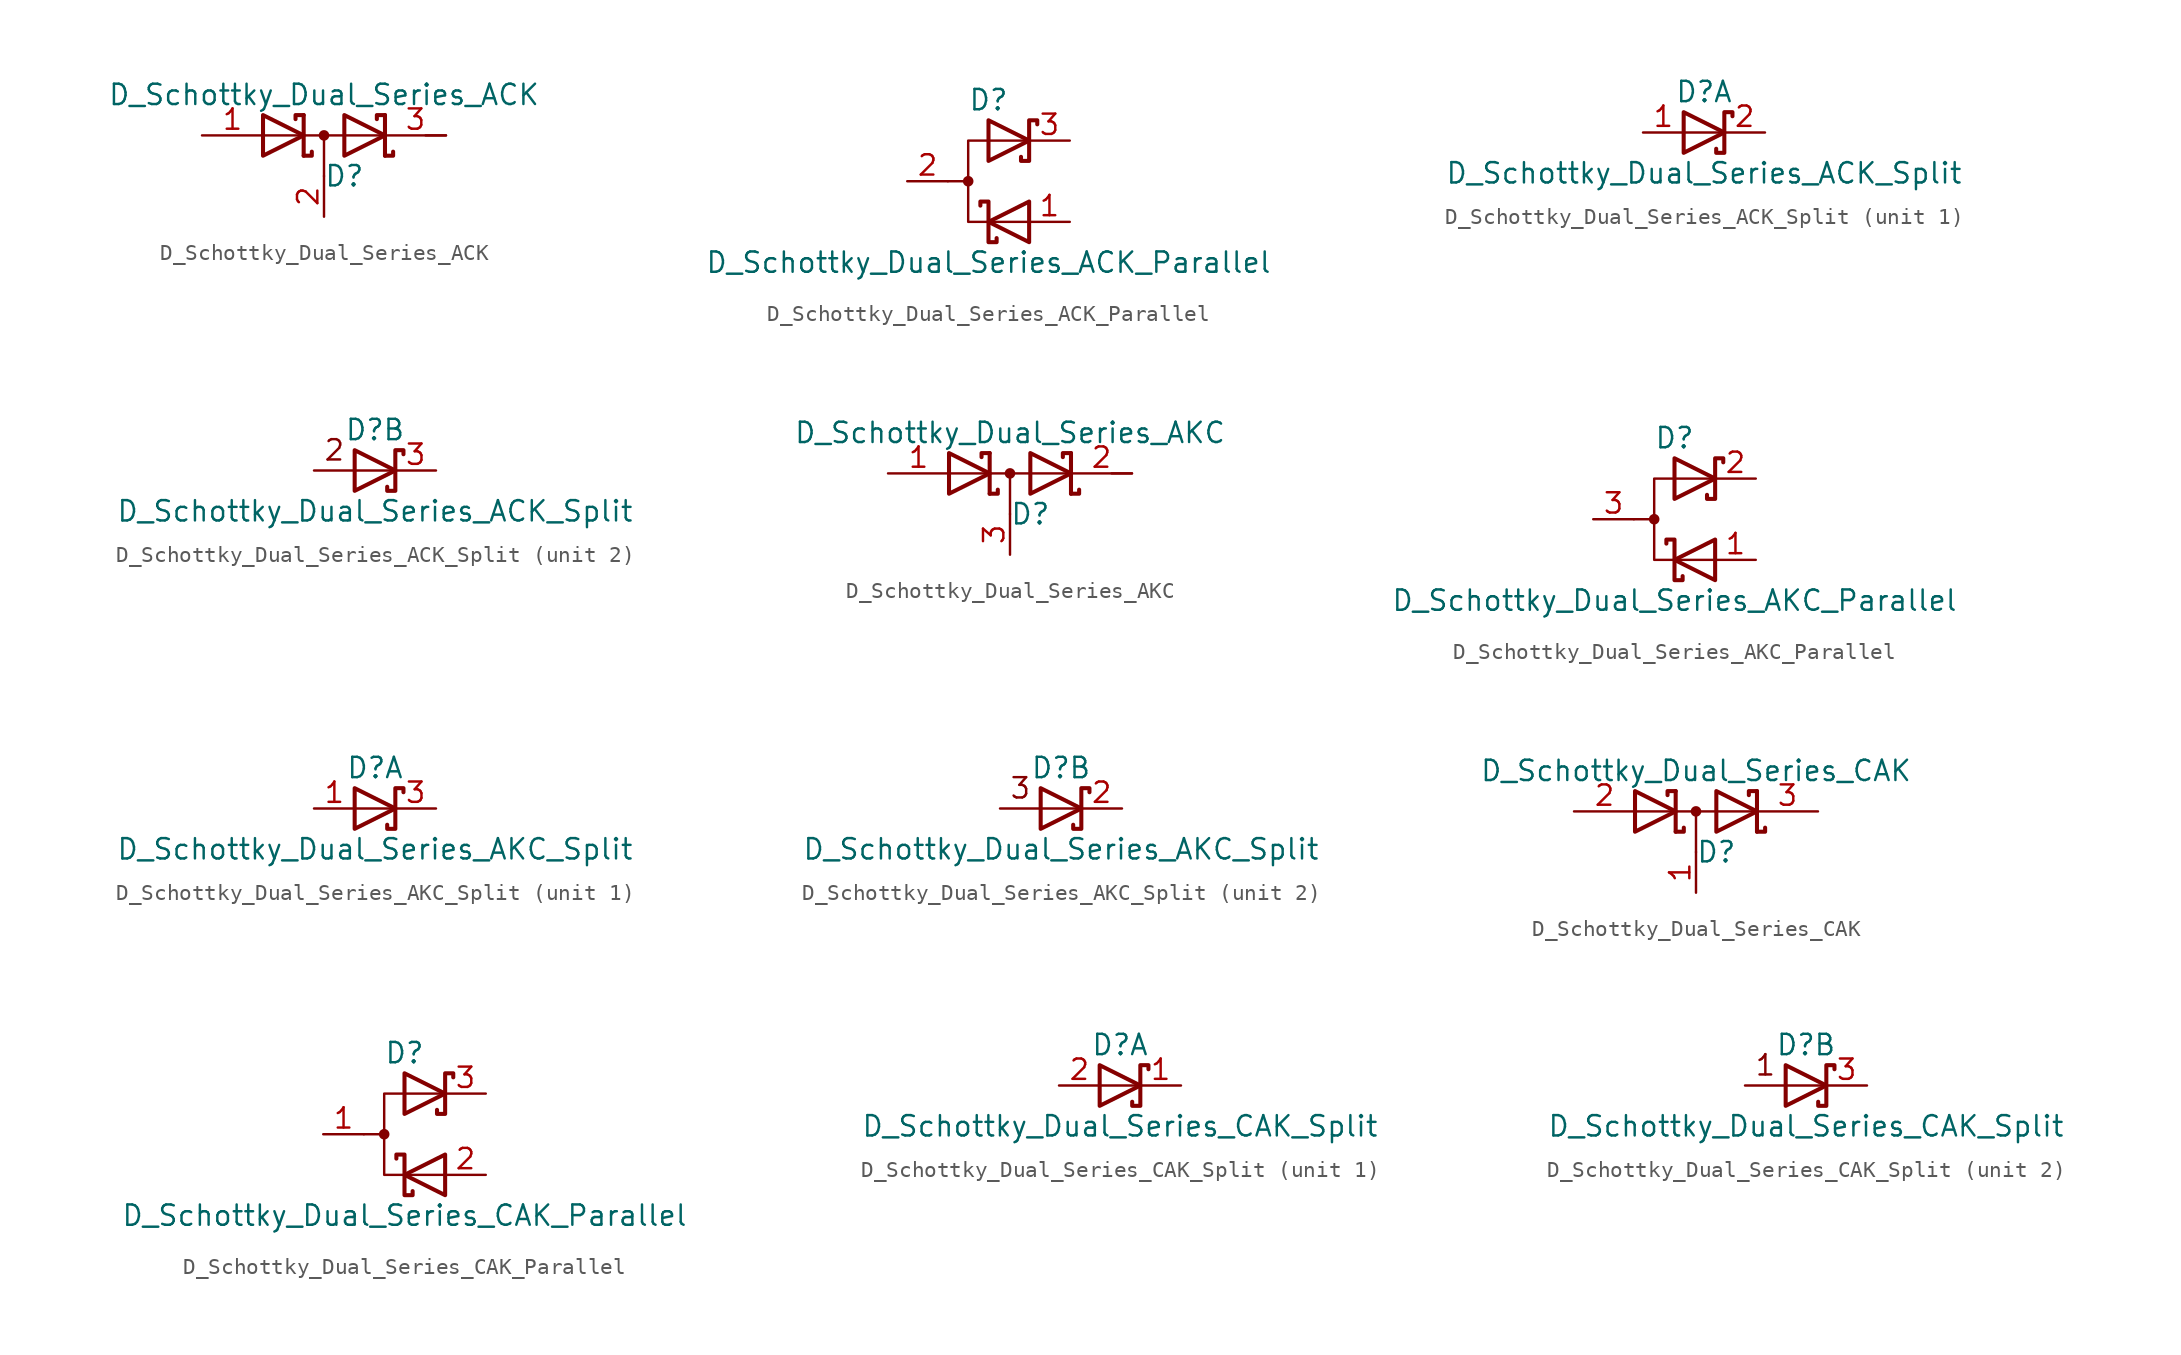
<source format=kicad_sym>
(kicad_symbol_lib
  (version 20241209)
  (generator "kicad_symbol_editor")
  (generator_version "9.0")
  (symbol "D_Schottky_Dual_Series_ACK"
    (pin_names
      (offset 0.762)
      (hide yes))
    (property "Reference" "D"
      (at 1.27 -2.54 0)
      (effects (font (size 1.27 1.27))))
    (property "Value" "D_Schottky_Dual_Series_ACK"
      (at 0 2.54 0)
      (effects (font (size 1.27 1.27))))
    (symbol "D_Schottky_Dual_Series_ACK_0_1"
      (polyline (pts (xy -3.81 1.27) (xy -1.27 0) (xy -3.81 -1.27) (xy -3.81 1.27) (xy -3.81 1.27) (xy -3.81 1.27)) (stroke (width 0.254) (type solid)) (fill (type none)))
      (polyline (pts (xy -1.778 1.016) (xy -1.778 1.27) (xy -1.27 1.27) (xy -1.27 1.27) (xy -1.27 1.27)) (stroke (width 0.254) (type solid)) (fill (type none)))
      (polyline (pts (xy -1.27 -1.27) (xy -1.27 1.27) (xy -1.27 1.27)) (stroke (width 0.254) (type solid)) (fill (type none)))
      (polyline (pts (xy -1.27 -1.27) (xy -0.762 -1.27) (xy -0.762 -1.016) (xy -0.762 -1.016)) (stroke (width 0.254) (type solid)) (fill (type none)))
      (polyline (pts (xy 0 0) (xy 0 -2.54)) (stroke (width 0) (type solid)) (fill (type none)))
      (circle (center 0 0) (radius 0.254) (stroke (width 0) (type solid)) (fill (type outline)))
      (polyline (pts (xy 1.27 1.27) (xy 3.81 0) (xy 1.27 -1.27) (xy 1.27 1.27) (xy 1.27 1.27) (xy 1.27 1.27)) (stroke (width 0.254) (type solid)) (fill (type none)))
      (polyline (pts (xy 3.81 1.27) (xy 3.81 -1.27) (xy 3.81 -1.27)) (stroke (width 0.254) (type solid)) (fill (type none)))
      (polyline (pts (xy 3.81 1.27) (xy 3.302 1.27) (xy 3.302 1.016) (xy 3.302 1.016)) (stroke (width 0.254) (type solid)) (fill (type none)))
      (polyline (pts (xy 3.81 0) (xy -3.81 0)) (stroke (width 0) (type solid)) (fill (type none)))
      (polyline (pts (xy 3.81 -1.27) (xy 4.318 -1.27) (xy 4.318 -1.016) (xy 4.318 -1.016)) (stroke (width 0.254) (type solid)) (fill (type none)))
      (polyline (pts (xy 6.35 0) (xy 7.62 0)) (stroke (width 0) (type solid)) (fill (type none)))
      (pin passive line (at -7.62 0 0) (length 3.81) (name "A" (effects (font (size 1.27 1.27)))) (number "1" (effects (font (size 1.27 1.27)))))
      (pin passive line (at 0 -5.08 90) (length 2.54) (name "common" (effects (font (size 1.27 1.27)))) (number "2" (effects (font (size 1.27 1.27)))))
      (pin passive line (at 7.62 0 180) (length 3.81) (name "K" (effects (font (size 1.27 1.27)))) (number "3" (effects (font (size 1.27 1.27)))))))
  (symbol "D_Schottky_Dual_Series_ACK_Parallel"
    (pin_names
      (offset 0.762)
      (hide yes))
    (property "Reference" "D"
      (at 0 5.08 0)
      (effects (font (size 1.27 1.27))))
    (property "Value" "D_Schottky_Dual_Series_ACK_Parallel"
      (at 0 -5.08 0)
      (effects (font (size 1.27 1.27))))
    (symbol "D_Schottky_Dual_Series_ACK_Parallel_0_1"
      (circle (center -1.27 0) (radius 0.254) (stroke (width 0) (type solid)) (fill (type outline)))
      (polyline (pts (xy -1.27 0) (xy -2.54 0)) (stroke (width 0) (type solid)) (fill (type none)))
      (polyline (pts (xy -0.508 -1.524) (xy -0.508 -1.27) (xy 0 -1.27) (xy 0 -3.81) (xy 0.508 -3.81) (xy 0.508 -3.556)) (stroke (width 0.254) (type solid)) (fill (type none)))
      (polyline (pts (xy 0 3.81) (xy 2.54 2.54) (xy 0 1.27) (xy 0 3.81) (xy 0 3.81) (xy 0 3.81)) (stroke (width 0.254) (type solid)) (fill (type none)))
      (polyline (pts (xy 2.54 2.54) (xy -1.27 2.54) (xy -1.27 -2.54) (xy 2.54 -2.54)) (stroke (width 0) (type solid)) (fill (type none)))
      (polyline (pts (xy 2.54 -1.27) (xy 0 -2.54) (xy 2.54 -3.81) (xy 2.54 -1.27) (xy 2.54 -1.27) (xy 2.54 -1.27)) (stroke (width 0.254) (type solid)) (fill (type none)))
      (polyline (pts (xy 3.048 3.556) (xy 3.048 3.81) (xy 2.54 3.81) (xy 2.54 1.27) (xy 2.032 1.27) (xy 2.032 1.524)) (stroke (width 0.254) (type solid)) (fill (type none)))
      (pin passive line (at -5.08 0 0) (length 2.54) (name "A" (effects (font (size 1.27 1.27)))) (number "2" (effects (font (size 1.27 1.27)))))
      (pin passive line (at 5.08 2.54 180) (length 2.54) (name "K" (effects (font (size 1.27 1.27)))) (number "3" (effects (font (size 1.27 1.27)))))
      (pin passive line (at 5.08 -2.54 180) (length 2.54) (name "K" (effects (font (size 1.27 1.27)))) (number "1" (effects (font (size 1.27 1.27)))))))
  (symbol "D_Schottky_Dual_Series_ACK_Split"
    (pin_names
      (offset 0.762)
      (hide yes))
    (property "Reference" "D"
      (at 0 2.54 0)
      (effects (font (size 1.27 1.27))))
    (property "Value" "D_Schottky_Dual_Series_ACK_Split"
      (at 0 -2.54 0)
      (effects (font (size 1.27 1.27))))
    (property "ki_locked" ""
      (at 0 0 0)
      (effects (font (size 1.27 1.27))))
    (symbol "D_Schottky_Dual_Series_ACK_Split_0_1"
      (polyline (pts (xy -1.27 1.27) (xy 1.27 0) (xy -1.27 -1.27) (xy -1.27 1.27) (xy -1.27 1.27) (xy -1.27 1.27)) (stroke (width 0.254) (type solid)) (fill (type none)))
      (polyline (pts (xy 1.778 1.016) (xy 1.778 1.27) (xy 1.27 1.27) (xy 1.27 -1.27) (xy 0.762 -1.27) (xy 0.762 -1.016)) (stroke (width 0.254) (type solid)) (fill (type none))))
    (symbol "D_Schottky_Dual_Series_ACK_Split_1_1"
      (polyline (pts (xy 1.27 0) (xy -1.27 0)) (stroke (width 0) (type solid)) (fill (type none)))
      (pin passive line (at -3.81 0 0) (length 2.54) (name "A" (effects (font (size 1.27 1.27)))) (number "1" (effects (font (size 1.27 1.27)))))
      (pin passive line (at 3.81 0 180) (length 2.54) (name "K" (effects (font (size 1.27 1.27)))) (number "2" (effects (font (size 1.27 1.27))))))
    (symbol "D_Schottky_Dual_Series_ACK_Split_2_0"
      (polyline (pts (xy 1.27 0) (xy -3.81 0)) (stroke (width 0) (type solid)) (fill (type none)))
      (text "2" (at -2.54 1.27 0) (effects (font (size 1.27 1.27)))))
    (symbol "D_Schottky_Dual_Series_ACK_Split_2_1"
      (pin passive line (at 3.81 0 180) (length 2.54) (name "K" (effects (font (size 1.27 1.27)))) (number "3" (effects (font (size 1.27 1.27)))))))
  (symbol "D_Schottky_Dual_Series_AKC"
    (pin_names
      (offset 0.762)
      (hide yes))
    (property "Reference" "D"
      (at 1.27 -2.54 0)
      (effects (font (size 1.27 1.27))))
    (property "Value" "D_Schottky_Dual_Series_AKC"
      (at 0 2.54 0)
      (effects (font (size 1.27 1.27))))
    (symbol "D_Schottky_Dual_Series_AKC_0_1"
      (polyline (pts (xy -3.81 1.27) (xy -1.27 0) (xy -3.81 -1.27) (xy -3.81 1.27) (xy -3.81 1.27) (xy -3.81 1.27)) (stroke (width 0.254) (type solid)) (fill (type none)))
      (polyline (pts (xy -3.81 0) (xy 3.81 0)) (stroke (width 0) (type solid)) (fill (type none)))
      (polyline (pts (xy -1.778 1.016) (xy -1.778 1.27) (xy -1.27 1.27) (xy -1.27 1.27) (xy -1.27 1.27)) (stroke (width 0.254) (type solid)) (fill (type none)))
      (polyline (pts (xy -1.27 -1.27) (xy -1.27 1.27) (xy -1.27 1.27)) (stroke (width 0.254) (type solid)) (fill (type none)))
      (polyline (pts (xy -1.27 -1.27) (xy -0.762 -1.27) (xy -0.762 -1.016) (xy -0.762 -1.016)) (stroke (width 0.254) (type solid)) (fill (type none)))
      (polyline (pts (xy 0 0) (xy 0 -2.54)) (stroke (width 0) (type solid)) (fill (type none)))
      (circle (center 0 0) (radius 0.254) (stroke (width 0) (type solid)) (fill (type outline)))
      (polyline (pts (xy 1.27 1.27) (xy 3.81 0) (xy 1.27 -1.27) (xy 1.27 1.27) (xy 1.27 1.27) (xy 1.27 1.27)) (stroke (width 0.254) (type solid)) (fill (type none)))
      (polyline (pts (xy 3.81 1.27) (xy 3.81 -1.27) (xy 3.81 -1.27)) (stroke (width 0.254) (type solid)) (fill (type none)))
      (polyline (pts (xy 3.81 1.27) (xy 3.302 1.27) (xy 3.302 1.016) (xy 3.302 1.016)) (stroke (width 0.254) (type solid)) (fill (type none)))
      (polyline (pts (xy 3.81 -1.27) (xy 4.318 -1.27) (xy 4.318 -1.016) (xy 4.318 -1.016)) (stroke (width 0.254) (type solid)) (fill (type none)))
      (polyline (pts (xy 6.35 0) (xy 7.62 0)) (stroke (width 0) (type solid)) (fill (type none)))
      (pin passive line (at -7.62 0 0) (length 3.81) (name "A" (effects (font (size 1.27 1.27)))) (number "1" (effects (font (size 1.27 1.27)))))
      (pin passive line (at 0 -5.08 90) (length 2.54) (name "common" (effects (font (size 1.27 1.27)))) (number "3" (effects (font (size 1.27 1.27)))))
      (pin passive line (at 7.62 0 180) (length 3.81) (name "K" (effects (font (size 1.27 1.27)))) (number "2" (effects (font (size 1.27 1.27)))))))
  (symbol "D_Schottky_Dual_Series_AKC_Parallel"
    (pin_names
      (offset 0.762)
      (hide yes))
    (property "Reference" "D"
      (at 0 5.08 0)
      (effects (font (size 1.27 1.27))))
    (property "Value" "D_Schottky_Dual_Series_AKC_Parallel"
      (at 0 -5.08 0)
      (effects (font (size 1.27 1.27))))
    (symbol "D_Schottky_Dual_Series_AKC_Parallel_0_1"
      (circle (center -1.27 0) (radius 0.254) (stroke (width 0) (type solid)) (fill (type outline)))
      (polyline (pts (xy -1.27 0) (xy -2.54 0)) (stroke (width 0) (type solid)) (fill (type none)))
      (polyline (pts (xy -0.508 -1.524) (xy -0.508 -1.27) (xy 0 -1.27) (xy 0 -3.81) (xy 0.508 -3.81) (xy 0.508 -3.556)) (stroke (width 0.254) (type solid)) (fill (type none)))
      (polyline (pts (xy 0 3.81) (xy 2.54 2.54) (xy 0 1.27) (xy 0 3.81) (xy 0 3.81) (xy 0 3.81)) (stroke (width 0.254) (type solid)) (fill (type none)))
      (polyline (pts (xy 2.54 2.54) (xy -1.27 2.54) (xy -1.27 -2.54) (xy 2.54 -2.54)) (stroke (width 0) (type solid)) (fill (type none)))
      (polyline (pts (xy 2.54 -1.27) (xy 0 -2.54) (xy 2.54 -3.81) (xy 2.54 -1.27) (xy 2.54 -1.27) (xy 2.54 -1.27)) (stroke (width 0.254) (type solid)) (fill (type none)))
      (polyline (pts (xy 3.048 3.556) (xy 3.048 3.81) (xy 2.54 3.81) (xy 2.54 1.27) (xy 2.032 1.27) (xy 2.032 1.524)) (stroke (width 0.254) (type solid)) (fill (type none)))
      (pin passive line (at -5.08 0 0) (length 2.54) (name "A" (effects (font (size 1.27 1.27)))) (number "3" (effects (font (size 1.27 1.27)))))
      (pin passive line (at 5.08 2.54 180) (length 2.54) (name "K" (effects (font (size 1.27 1.27)))) (number "2" (effects (font (size 1.27 1.27)))))
      (pin passive line (at 5.08 -2.54 180) (length 2.54) (name "K" (effects (font (size 1.27 1.27)))) (number "1" (effects (font (size 1.27 1.27)))))))
  (symbol "D_Schottky_Dual_Series_AKC_Split"
    (pin_names
      (offset 0.762)
      (hide yes))
    (property "Reference" "D"
      (at 0 2.54 0)
      (effects (font (size 1.27 1.27))))
    (property "Value" "D_Schottky_Dual_Series_AKC_Split"
      (at 0 -2.54 0)
      (effects (font (size 1.27 1.27))))
    (property "ki_locked" ""
      (at 0 0 0)
      (effects (font (size 1.27 1.27))))
    (symbol "D_Schottky_Dual_Series_AKC_Split_0_1"
      (polyline (pts (xy -1.27 1.27) (xy 1.27 0) (xy -1.27 -1.27) (xy -1.27 1.27) (xy -1.27 1.27) (xy -1.27 1.27)) (stroke (width 0.254) (type solid)) (fill (type none)))
      (polyline (pts (xy 1.778 1.016) (xy 1.778 1.27) (xy 1.27 1.27) (xy 1.27 -1.27) (xy 0.762 -1.27) (xy 0.762 -1.016)) (stroke (width 0.254) (type solid)) (fill (type none))))
    (symbol "D_Schottky_Dual_Series_AKC_Split_1_1"
      (polyline (pts (xy 1.27 0) (xy -1.27 0)) (stroke (width 0) (type solid)) (fill (type none)))
      (pin passive line (at -3.81 0 0) (length 2.54) (name "A" (effects (font (size 1.27 1.27)))) (number "1" (effects (font (size 1.27 1.27)))))
      (pin passive line (at 3.81 0 180) (length 2.54) (name "K" (effects (font (size 1.27 1.27)))) (number "3" (effects (font (size 1.27 1.27))))))
    (symbol "D_Schottky_Dual_Series_AKC_Split_2_0"
      (polyline (pts (xy 1.27 0) (xy -3.81 0)) (stroke (width 0) (type solid)) (fill (type none)))
      (text "3" (at -2.54 1.27 0) (effects (font (size 1.27 1.27)))))
    (symbol "D_Schottky_Dual_Series_AKC_Split_2_1"
      (pin passive line (at 3.81 0 180) (length 2.54) (name "K" (effects (font (size 1.27 1.27)))) (number "2" (effects (font (size 1.27 1.27)))))))
  (symbol "D_Schottky_Dual_Series_CAK"
    (pin_names
      (offset 0.762)
      (hide yes))
    (property "Reference" "D"
      (at 1.27 -2.54 0)
      (effects (font (size 1.27 1.27))))
    (property "Value" "D_Schottky_Dual_Series_CAK"
      (at 0 2.54 0)
      (effects (font (size 1.27 1.27))))
    (symbol "D_Schottky_Dual_Series_CAK_0_1"
      (polyline (pts (xy -3.81 1.27) (xy -1.27 0) (xy -3.81 -1.27) (xy -3.81 1.27) (xy -3.81 1.27) (xy -3.81 1.27)) (stroke (width 0.254) (type solid)) (fill (type none)))
      (polyline (pts (xy -3.81 0) (xy 3.81 0)) (stroke (width 0) (type solid)) (fill (type none)))
      (polyline (pts (xy -1.778 1.016) (xy -1.778 1.27) (xy -1.27 1.27) (xy -1.27 1.27) (xy -1.27 1.27)) (stroke (width 0.254) (type solid)) (fill (type none)))
      (polyline (pts (xy -1.27 -1.27) (xy -1.27 1.27) (xy -1.27 1.27)) (stroke (width 0.254) (type solid)) (fill (type none)))
      (polyline (pts (xy -1.27 -1.27) (xy -0.762 -1.27) (xy -0.762 -1.016) (xy -0.762 -1.016)) (stroke (width 0.254) (type solid)) (fill (type none)))
      (polyline (pts (xy 0 0) (xy 0 -2.54)) (stroke (width 0) (type solid)) (fill (type none)))
      (circle (center 0 0) (radius 0.254) (stroke (width 0) (type solid)) (fill (type outline)))
      (polyline (pts (xy 1.27 1.27) (xy 3.81 0) (xy 1.27 -1.27) (xy 1.27 1.27) (xy 1.27 1.27) (xy 1.27 1.27)) (stroke (width 0.254) (type solid)) (fill (type none)))
      (polyline (pts (xy 3.81 1.27) (xy 3.81 -1.27) (xy 3.81 -1.27)) (stroke (width 0.254) (type solid)) (fill (type none)))
      (polyline (pts (xy 3.81 1.27) (xy 3.302 1.27) (xy 3.302 1.016) (xy 3.302 1.016)) (stroke (width 0.254) (type solid)) (fill (type none)))
      (polyline (pts (xy 3.81 -1.27) (xy 4.318 -1.27) (xy 4.318 -1.016) (xy 4.318 -1.016)) (stroke (width 0.254) (type solid)) (fill (type none)))
      (pin passive line (at -7.62 0 0) (length 3.81) (name "A" (effects (font (size 1.27 1.27)))) (number "2" (effects (font (size 1.27 1.27)))))
      (pin passive line (at 0 -5.08 90) (length 2.54) (name "common" (effects (font (size 1.27 1.27)))) (number "1" (effects (font (size 1.27 1.27)))))
      (pin passive line (at 7.62 0 180) (length 3.81) (name "K" (effects (font (size 1.27 1.27)))) (number "3" (effects (font (size 1.27 1.27)))))))
  (symbol "D_Schottky_Dual_Series_CAK_Parallel"
    (pin_names
      (offset 0.762)
      (hide yes))
    (property "Reference" "D"
      (at 0 5.08 0)
      (effects (font (size 1.27 1.27))))
    (property "Value" "D_Schottky_Dual_Series_CAK_Parallel"
      (at 0 -5.08 0)
      (effects (font (size 1.27 1.27))))
    (symbol "D_Schottky_Dual_Series_CAK_Parallel_0_1"
      (circle (center -1.27 0) (radius 0.254) (stroke (width 0) (type solid)) (fill (type outline)))
      (polyline (pts (xy -1.27 0) (xy -2.54 0)) (stroke (width 0) (type solid)) (fill (type none)))
      (polyline (pts (xy -0.508 -1.524) (xy -0.508 -1.27) (xy 0 -1.27) (xy 0 -3.81) (xy 0.508 -3.81) (xy 0.508 -3.556)) (stroke (width 0.254) (type solid)) (fill (type none)))
      (polyline (pts (xy 0 3.81) (xy 2.54 2.54) (xy 0 1.27) (xy 0 3.81) (xy 0 3.81) (xy 0 3.81)) (stroke (width 0.254) (type solid)) (fill (type none)))
      (polyline (pts (xy 2.54 2.54) (xy -1.27 2.54) (xy -1.27 -2.54) (xy 2.54 -2.54)) (stroke (width 0) (type solid)) (fill (type none)))
      (polyline (pts (xy 2.54 -1.27) (xy 0 -2.54) (xy 2.54 -3.81) (xy 2.54 -1.27) (xy 2.54 -1.27) (xy 2.54 -1.27)) (stroke (width 0.254) (type solid)) (fill (type none)))
      (polyline (pts (xy 3.048 3.556) (xy 3.048 3.81) (xy 2.54 3.81) (xy 2.54 1.27) (xy 2.032 1.27) (xy 2.032 1.524)) (stroke (width 0.254) (type solid)) (fill (type none)))
      (pin passive line (at -5.08 0 0) (length 2.54) (name "A" (effects (font (size 1.27 1.27)))) (number "1" (effects (font (size 1.27 1.27)))))
      (pin passive line (at 5.08 2.54 180) (length 2.54) (name "K" (effects (font (size 1.27 1.27)))) (number "3" (effects (font (size 1.27 1.27)))))
      (pin passive line (at 5.08 -2.54 180) (length 2.54) (name "K" (effects (font (size 1.27 1.27)))) (number "2" (effects (font (size 1.27 1.27)))))))
  (symbol "D_Schottky_Dual_Series_CAK_Split"
    (pin_names
      (offset 0.762)
      (hide yes))
    (property "Reference" "D"
      (at 0 2.54 0)
      (effects (font (size 1.27 1.27))))
    (property "Value" "D_Schottky_Dual_Series_CAK_Split"
      (at 0 -2.54 0)
      (effects (font (size 1.27 1.27))))
    (property "ki_locked" ""
      (at 0 0 0)
      (effects (font (size 1.27 1.27))))
    (symbol "D_Schottky_Dual_Series_CAK_Split_0_1"
      (polyline (pts (xy -1.27 1.27) (xy 1.27 0) (xy -1.27 -1.27) (xy -1.27 1.27) (xy -1.27 1.27) (xy -1.27 1.27)) (stroke (width 0.254) (type solid)) (fill (type none)))
      (polyline (pts (xy 1.778 1.016) (xy 1.778 1.27) (xy 1.27 1.27) (xy 1.27 -1.27) (xy 0.762 -1.27) (xy 0.762 -1.016)) (stroke (width 0.254) (type solid)) (fill (type none))))
    (symbol "D_Schottky_Dual_Series_CAK_Split_1_1"
      (polyline (pts (xy 1.27 0) (xy -1.27 0)) (stroke (width 0) (type solid)) (fill (type none)))
      (pin passive line (at -3.81 0 0) (length 2.54) (name "A" (effects (font (size 1.27 1.27)))) (number "2" (effects (font (size 1.27 1.27)))))
      (pin passive line (at 3.81 0 180) (length 2.54) (name "K" (effects (font (size 1.27 1.27)))) (number "1" (effects (font (size 1.27 1.27))))))
    (symbol "D_Schottky_Dual_Series_CAK_Split_2_0"
      (polyline (pts (xy 1.27 0) (xy -3.81 0)) (stroke (width 0) (type solid)) (fill (type none)))
      (text "1" (at -2.54 1.27 0) (effects (font (size 1.27 1.27)))))
    (symbol "D_Schottky_Dual_Series_CAK_Split_2_1"
      (pin passive line (at 3.81 0 180) (length 2.54) (name "K" (effects (font (size 1.27 1.27)))) (number "3" (effects (font (size 1.27 1.27))))))))
</source>
